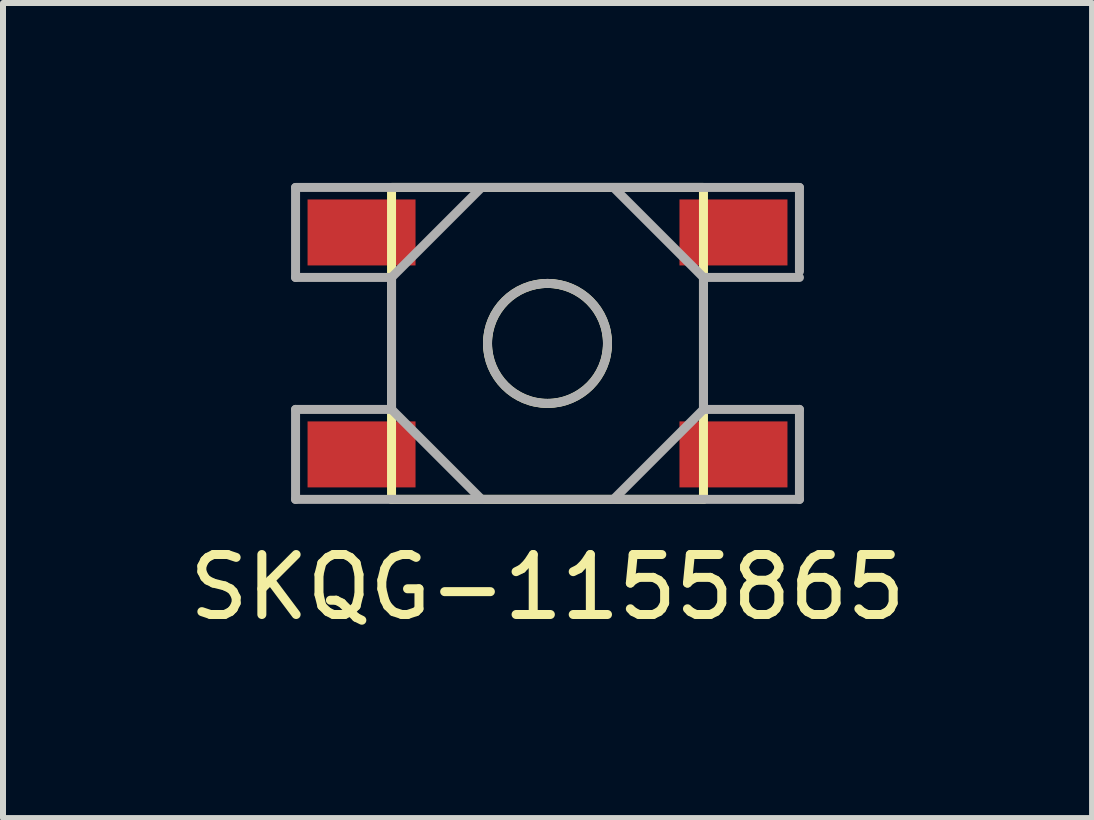
<source format=kicad_pcb>
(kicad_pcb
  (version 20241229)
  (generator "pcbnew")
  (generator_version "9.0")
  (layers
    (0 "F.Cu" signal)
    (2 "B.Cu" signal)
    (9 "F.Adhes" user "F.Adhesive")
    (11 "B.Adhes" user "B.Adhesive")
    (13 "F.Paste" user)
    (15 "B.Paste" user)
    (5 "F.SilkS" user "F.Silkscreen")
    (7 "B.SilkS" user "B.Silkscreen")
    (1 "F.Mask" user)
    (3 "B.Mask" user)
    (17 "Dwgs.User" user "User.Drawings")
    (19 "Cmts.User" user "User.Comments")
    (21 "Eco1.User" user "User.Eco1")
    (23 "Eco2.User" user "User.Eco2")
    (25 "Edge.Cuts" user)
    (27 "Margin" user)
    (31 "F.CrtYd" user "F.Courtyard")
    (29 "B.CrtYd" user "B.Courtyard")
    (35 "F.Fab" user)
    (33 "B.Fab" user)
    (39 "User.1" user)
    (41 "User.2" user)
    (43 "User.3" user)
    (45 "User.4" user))
  (footprint "SKQG-1155865"
    (layer "F.Cu")
    (at 6.077 2.675)
    (property "Reference" "SKQG-1155865" (at 0 4.064 0) (layer "F.SilkS") (effects (font (size 1 1) (thickness 0.15))))
    (attr smd)
    (fp_line (start -2.6 -2.6) (end 2.6 -2.6) (stroke (width 0.15) (type solid)) (layer "F.SilkS"))
    (fp_line (start -2.6 2.6) (end -2.6 -2.6) (stroke (width 0.15) (type solid)) (layer "F.SilkS"))
    (fp_line (start 2.6 -2.6) (end 2.6 2.6) (stroke (width 0.15) (type solid)) (layer "F.SilkS"))
    (fp_line (start 2.6 2.6) (end -2.6 2.6) (stroke (width 0.15) (type solid)) (layer "F.SilkS"))
    (fp_circle (center 0 0) (end 1 0) (stroke (width 0.15) (type solid)) (fill no) (layer "F.SilkS"))
    (fp_line (start -4.2 -2.6) (end 4.2 -2.6) (stroke (width 0.15) (type solid)) (layer "F.Fab"))
    (fp_line (start -4.2 -1.1) (end -4.2 -2.6) (stroke (width 0.15) (type solid)) (layer "F.Fab"))
    (fp_line (start -4.2 1.1) (end -2.6 1.1) (stroke (width 0.15) (type solid)) (layer "F.Fab"))
    (fp_line (start -4.2 2.6) (end -4.2 1.1) (stroke (width 0.15) (type solid)) (layer "F.Fab"))
    (fp_line (start -2.6 -1.1) (end -4.2 -1.1) (stroke (width 0.15) (type solid)) (layer "F.Fab"))
    (fp_line (start -2.6 -1.1) (end -1.1 -2.6) (stroke (width 0.15) (type solid)) (layer "F.Fab"))
    (fp_line (start -2.6 1.1) (end -2.6 -1.1) (stroke (width 0.15) (type solid)) (layer "F.Fab"))
    (fp_line (start -2.6 1.1) (end -1.1 2.6) (stroke (width 0.15) (type solid)) (layer "F.Fab"))
    (fp_line (start 2.6 -1.1) (end 1.1 -2.6) (stroke (width 0.15) (type solid)) (layer "F.Fab"))
    (fp_line (start 2.6 -1.1) (end 2.6 1.1) (stroke (width 0.15) (type solid)) (layer "F.Fab"))
    (fp_line (start 2.6 1.1) (end 1.1 2.6) (stroke (width 0.15) (type solid)) (layer "F.Fab"))
    (fp_line (start 2.6 1.1) (end 4.2 1.1) (stroke (width 0.15) (type solid)) (layer "F.Fab"))
    (fp_line (start 4.2 -2.6) (end 4.2 -1.2) (stroke (width 0.15) (type solid)) (layer "F.Fab"))
    (fp_line (start 4.2 -1.1) (end 2.6 -1.1) (stroke (width 0.15) (type solid)) (layer "F.Fab"))
    (fp_line (start 4.2 1.1) (end 4.2 2.6) (stroke (width 0.15) (type solid)) (layer "F.Fab"))
    (fp_line (start 4.2 2.6) (end -4.2 2.6) (stroke (width 0.15) (type solid)) (layer "F.Fab"))
    (fp_circle (center 0 0) (end 1 0) (stroke (width 0.15) (type solid)) (fill no) (layer "F.Fab"))
    (pad "1" smd rect (at 3.1 1.85) (size 1.8 1.1) (layers "F.Cu" "F.Mask" "F.Paste"))
    (pad "2" smd rect (at -3.1 -1.85) (size 1.8 1.1) (layers "F.Cu" "F.Mask" "F.Paste"))
    (pad "3" smd rect (at 3.1 -1.85) (size 1.8 1.1) (layers "F.Cu" "F.Mask" "F.Paste"))
    (pad "4" smd rect (at -3.1 1.85) (size 1.8 1.1) (layers "F.Cu" "F.Mask" "F.Paste")))
  (gr_rect
    (start -3 -3)
    (end 15.155 10.587)
    (stroke (width 0.1) (type default))
    (fill no)
    (layer "Edge.Cuts")))
</source>
